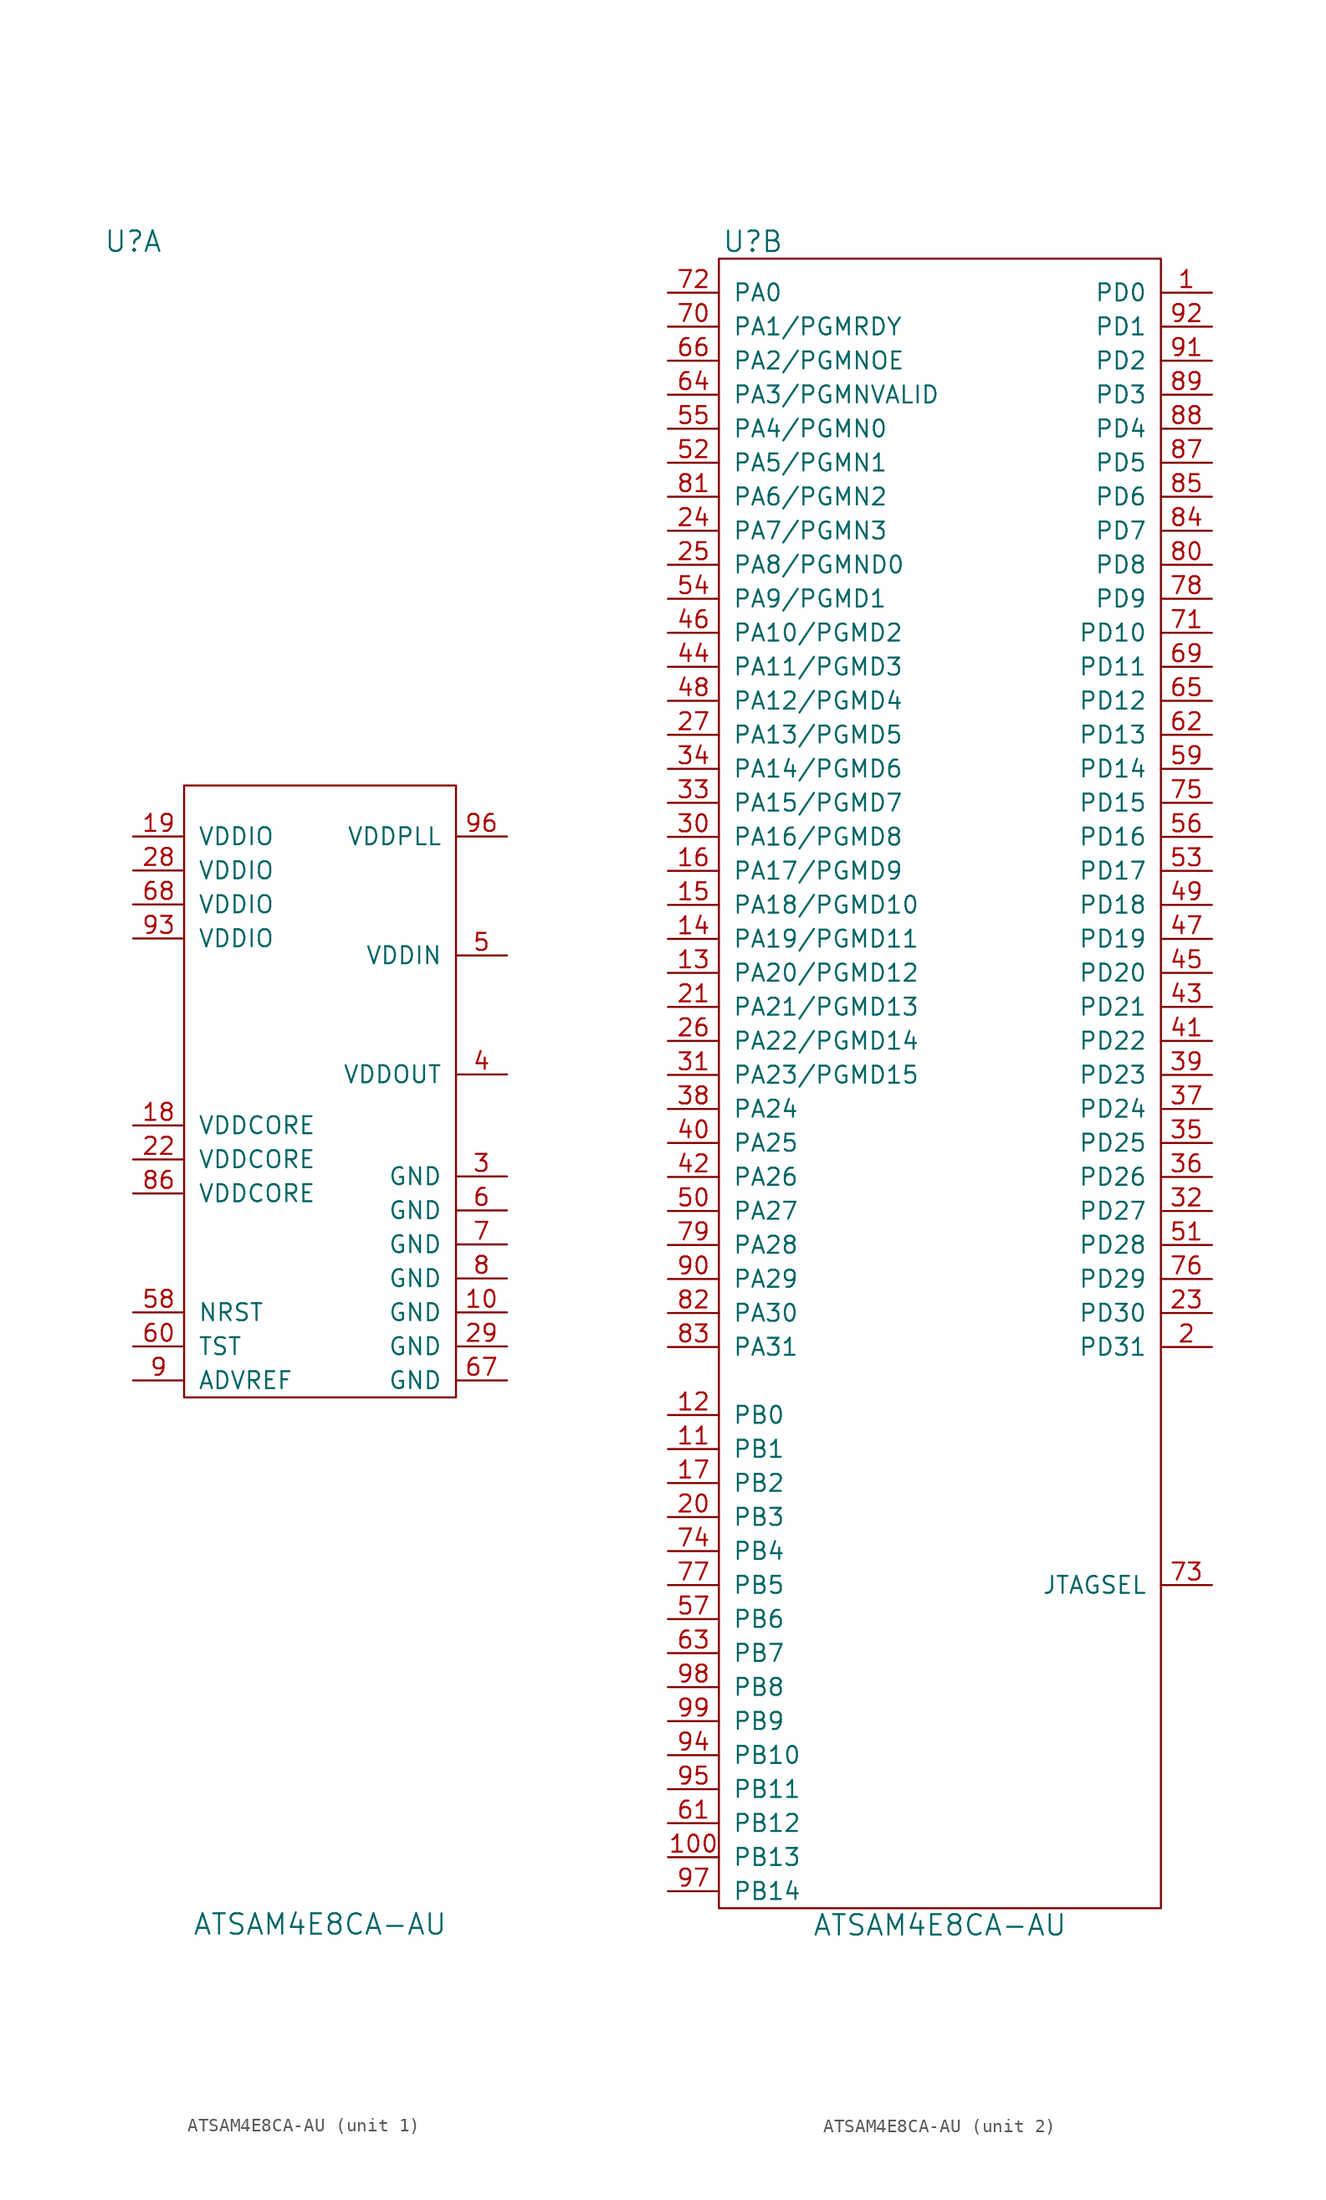
<source format=kicad_sym>
(kicad_symbol_lib
  (version 20210619)
  (generator kicad_symbol_editor)
  (symbol "tinkerforge:ATSAM4E8CA-AU"
    (pin_names
      (offset 1.016))
    (property "Reference" "U"
      (at -13.97 63.5 0)
      (effects (font (size 1.524 1.524))))
    (property "Value" "ATSAM4E8CA-AU"
      (at 0 -62.23 0)
      (effects (font (size 1.524 1.524))))
    (property "Footprint" ""
      (at -16.51 17.78 0)
      (effects (font (size 1.524 1.524))))
    (property "Datasheet" ""
      (at -16.51 17.78 0)
      (effects (font (size 1.524 1.524))))
    (symbol "ATSAM4E8CA-AU_1_1"
      (rectangle (start -10.16 22.86) (end 10.16 -22.86) (stroke (width 0)) (fill (type none)))
      (pin passive line (at 13.97 -16.51 180) (length 3.81) (name "GND" (effects (font (size 1.27 1.27)))) (number "10" (effects (font (size 1.27 1.27)))))
      (pin passive line (at -13.97 -2.54 0) (length 3.81) (name "VDDCORE" (effects (font (size 1.27 1.27)))) (number "18" (effects (font (size 1.27 1.27)))))
      (pin passive line (at -13.97 19.05 0) (length 3.81) (name "VDDIO" (effects (font (size 1.27 1.27)))) (number "19" (effects (font (size 1.27 1.27)))))
      (pin passive line (at -13.97 -5.08 0) (length 3.81) (name "VDDCORE" (effects (font (size 1.27 1.27)))) (number "22" (effects (font (size 1.27 1.27)))))
      (pin passive line (at -13.97 16.51 0) (length 3.81) (name "VDDIO" (effects (font (size 1.27 1.27)))) (number "28" (effects (font (size 1.27 1.27)))))
      (pin passive line (at 13.97 -19.05 180) (length 3.81) (name "GND" (effects (font (size 1.27 1.27)))) (number "29" (effects (font (size 1.27 1.27)))))
      (pin passive line (at 13.97 -6.35 180) (length 3.81) (name "GND" (effects (font (size 1.27 1.27)))) (number "3" (effects (font (size 1.27 1.27)))))
      (pin passive line (at 13.97 1.27 180) (length 3.81) (name "VDDOUT" (effects (font (size 1.27 1.27)))) (number "4" (effects (font (size 1.27 1.27)))))
      (pin passive line (at 13.97 10.16 180) (length 3.81) (name "VDDIN" (effects (font (size 1.27 1.27)))) (number "5" (effects (font (size 1.27 1.27)))))
      (pin passive line (at -13.97 -16.51 0) (length 3.81) (name "NRST" (effects (font (size 1.27 1.27)))) (number "58" (effects (font (size 1.27 1.27)))))
      (pin passive line (at 13.97 -8.89 180) (length 3.81) (name "GND" (effects (font (size 1.27 1.27)))) (number "6" (effects (font (size 1.27 1.27)))))
      (pin passive line (at -13.97 -19.05 0) (length 3.81) (name "TST" (effects (font (size 1.27 1.27)))) (number "60" (effects (font (size 1.27 1.27)))))
      (pin passive line (at 13.97 -21.59 180) (length 3.81) (name "GND" (effects (font (size 1.27 1.27)))) (number "67" (effects (font (size 1.27 1.27)))))
      (pin passive line (at -13.97 13.97 0) (length 3.81) (name "VDDIO" (effects (font (size 1.27 1.27)))) (number "68" (effects (font (size 1.27 1.27)))))
      (pin passive line (at 13.97 -11.43 180) (length 3.81) (name "GND" (effects (font (size 1.27 1.27)))) (number "7" (effects (font (size 1.27 1.27)))))
      (pin passive line (at 13.97 -13.97 180) (length 3.81) (name "GND" (effects (font (size 1.27 1.27)))) (number "8" (effects (font (size 1.27 1.27)))))
      (pin passive line (at -13.97 -7.62 0) (length 3.81) (name "VDDCORE" (effects (font (size 1.27 1.27)))) (number "86" (effects (font (size 1.27 1.27)))))
      (pin passive line (at -13.97 -21.59 0) (length 3.81) (name "ADVREF" (effects (font (size 1.27 1.27)))) (number "9" (effects (font (size 1.27 1.27)))))
      (pin passive line (at -13.97 11.43 0) (length 3.81) (name "VDDIO" (effects (font (size 1.27 1.27)))) (number "93" (effects (font (size 1.27 1.27)))))
      (pin passive line (at 13.97 19.05 180) (length 3.81) (name "VDDPLL" (effects (font (size 1.27 1.27)))) (number "96" (effects (font (size 1.27 1.27))))))
    (symbol "ATSAM4E8CA-AU_2_1"
      (rectangle (start -16.51 62.23) (end 16.51 -60.96) (stroke (width 0)) (fill (type none)))
      (pin passive line (at 20.32 59.69 180) (length 3.81) (name "PD0" (effects (font (size 1.27 1.27)))) (number "1" (effects (font (size 1.27 1.27)))))
      (pin passive line (at -20.32 -57.15 0) (length 3.81) (name "PB13" (effects (font (size 1.27 1.27)))) (number "100" (effects (font (size 1.27 1.27)))))
      (pin passive line (at -20.32 -26.67 0) (length 3.81) (name "PB1" (effects (font (size 1.27 1.27)))) (number "11" (effects (font (size 1.27 1.27)))))
      (pin passive line (at -20.32 -24.13 0) (length 3.81) (name "PB0" (effects (font (size 1.27 1.27)))) (number "12" (effects (font (size 1.27 1.27)))))
      (pin passive line (at -20.32 8.89 0) (length 3.81) (name "PA20/PGMD12" (effects (font (size 1.27 1.27)))) (number "13" (effects (font (size 1.27 1.27)))))
      (pin passive line (at -20.32 11.43 0) (length 3.81) (name "PA19/PGMD11" (effects (font (size 1.27 1.27)))) (number "14" (effects (font (size 1.27 1.27)))))
      (pin passive line (at -20.32 13.97 0) (length 3.81) (name "PA18/PGMD10" (effects (font (size 1.27 1.27)))) (number "15" (effects (font (size 1.27 1.27)))))
      (pin passive line (at -20.32 16.51 0) (length 3.81) (name "PA17/PGMD9" (effects (font (size 1.27 1.27)))) (number "16" (effects (font (size 1.27 1.27)))))
      (pin passive line (at -20.32 -29.21 0) (length 3.81) (name "PB2" (effects (font (size 1.27 1.27)))) (number "17" (effects (font (size 1.27 1.27)))))
      (pin passive line (at 20.32 -19.05 180) (length 3.81) (name "PD31" (effects (font (size 1.27 1.27)))) (number "2" (effects (font (size 1.27 1.27)))))
      (pin passive line (at -20.32 -31.75 0) (length 3.81) (name "PB3" (effects (font (size 1.27 1.27)))) (number "20" (effects (font (size 1.27 1.27)))))
      (pin passive line (at -20.32 6.35 0) (length 3.81) (name "PA21/PGMD13" (effects (font (size 1.27 1.27)))) (number "21" (effects (font (size 1.27 1.27)))))
      (pin passive line (at 20.32 -16.51 180) (length 3.81) (name "PD30" (effects (font (size 1.27 1.27)))) (number "23" (effects (font (size 1.27 1.27)))))
      (pin passive line (at -20.32 41.91 0) (length 3.81) (name "PA7/PGMN3" (effects (font (size 1.27 1.27)))) (number "24" (effects (font (size 1.27 1.27)))))
      (pin passive line (at -20.32 39.37 0) (length 3.81) (name "PA8/PGMND0" (effects (font (size 1.27 1.27)))) (number "25" (effects (font (size 1.27 1.27)))))
      (pin passive line (at -20.32 3.81 0) (length 3.81) (name "PA22/PGMD14" (effects (font (size 1.27 1.27)))) (number "26" (effects (font (size 1.27 1.27)))))
      (pin passive line (at -20.32 26.67 0) (length 3.81) (name "PA13/PGMD5" (effects (font (size 1.27 1.27)))) (number "27" (effects (font (size 1.27 1.27)))))
      (pin passive line (at -20.32 19.05 0) (length 3.81) (name "PA16/PGMD8" (effects (font (size 1.27 1.27)))) (number "30" (effects (font (size 1.27 1.27)))))
      (pin passive line (at -20.32 1.27 0) (length 3.81) (name "PA23/PGMD15" (effects (font (size 1.27 1.27)))) (number "31" (effects (font (size 1.27 1.27)))))
      (pin passive line (at 20.32 -8.89 180) (length 3.81) (name "PD27" (effects (font (size 1.27 1.27)))) (number "32" (effects (font (size 1.27 1.27)))))
      (pin passive line (at -20.32 21.59 0) (length 3.81) (name "PA15/PGMD7" (effects (font (size 1.27 1.27)))) (number "33" (effects (font (size 1.27 1.27)))))
      (pin passive line (at -20.32 24.13 0) (length 3.81) (name "PA14/PGMD6" (effects (font (size 1.27 1.27)))) (number "34" (effects (font (size 1.27 1.27)))))
      (pin passive line (at 20.32 -3.81 180) (length 3.81) (name "PD25" (effects (font (size 1.27 1.27)))) (number "35" (effects (font (size 1.27 1.27)))))
      (pin passive line (at 20.32 -6.35 180) (length 3.81) (name "PD26" (effects (font (size 1.27 1.27)))) (number "36" (effects (font (size 1.27 1.27)))))
      (pin passive line (at 20.32 -1.27 180) (length 3.81) (name "PD24" (effects (font (size 1.27 1.27)))) (number "37" (effects (font (size 1.27 1.27)))))
      (pin passive line (at -20.32 -1.27 0) (length 3.81) (name "PA24" (effects (font (size 1.27 1.27)))) (number "38" (effects (font (size 1.27 1.27)))))
      (pin passive line (at 20.32 1.27 180) (length 3.81) (name "PD23" (effects (font (size 1.27 1.27)))) (number "39" (effects (font (size 1.27 1.27)))))
      (pin passive line (at -20.32 -3.81 0) (length 3.81) (name "PA25" (effects (font (size 1.27 1.27)))) (number "40" (effects (font (size 1.27 1.27)))))
      (pin passive line (at 20.32 3.81 180) (length 3.81) (name "PD22" (effects (font (size 1.27 1.27)))) (number "41" (effects (font (size 1.27 1.27)))))
      (pin passive line (at -20.32 -6.35 0) (length 3.81) (name "PA26" (effects (font (size 1.27 1.27)))) (number "42" (effects (font (size 1.27 1.27)))))
      (pin passive line (at 20.32 6.35 180) (length 3.81) (name "PD21" (effects (font (size 1.27 1.27)))) (number "43" (effects (font (size 1.27 1.27)))))
      (pin passive line (at -20.32 31.75 0) (length 3.81) (name "PA11/PGMD3" (effects (font (size 1.27 1.27)))) (number "44" (effects (font (size 1.27 1.27)))))
      (pin passive line (at 20.32 8.89 180) (length 3.81) (name "PD20" (effects (font (size 1.27 1.27)))) (number "45" (effects (font (size 1.27 1.27)))))
      (pin passive line (at -20.32 34.29 0) (length 3.81) (name "PA10/PGMD2" (effects (font (size 1.27 1.27)))) (number "46" (effects (font (size 1.27 1.27)))))
      (pin passive line (at 20.32 11.43 180) (length 3.81) (name "PD19" (effects (font (size 1.27 1.27)))) (number "47" (effects (font (size 1.27 1.27)))))
      (pin passive line (at -20.32 29.21 0) (length 3.81) (name "PA12/PGMD4" (effects (font (size 1.27 1.27)))) (number "48" (effects (font (size 1.27 1.27)))))
      (pin passive line (at 20.32 13.97 180) (length 3.81) (name "PD18" (effects (font (size 1.27 1.27)))) (number "49" (effects (font (size 1.27 1.27)))))
      (pin passive line (at -20.32 -8.89 0) (length 3.81) (name "PA27" (effects (font (size 1.27 1.27)))) (number "50" (effects (font (size 1.27 1.27)))))
      (pin passive line (at 20.32 -11.43 180) (length 3.81) (name "PD28" (effects (font (size 1.27 1.27)))) (number "51" (effects (font (size 1.27 1.27)))))
      (pin passive line (at -20.32 46.99 0) (length 3.81) (name "PA5/PGMN1" (effects (font (size 1.27 1.27)))) (number "52" (effects (font (size 1.27 1.27)))))
      (pin passive line (at 20.32 16.51 180) (length 3.81) (name "PD17" (effects (font (size 1.27 1.27)))) (number "53" (effects (font (size 1.27 1.27)))))
      (pin passive line (at -20.32 36.83 0) (length 3.81) (name "PA9/PGMD1" (effects (font (size 1.27 1.27)))) (number "54" (effects (font (size 1.27 1.27)))))
      (pin passive line (at -20.32 49.53 0) (length 3.81) (name "PA4/PGMN0" (effects (font (size 1.27 1.27)))) (number "55" (effects (font (size 1.27 1.27)))))
      (pin passive line (at 20.32 19.05 180) (length 3.81) (name "PD16" (effects (font (size 1.27 1.27)))) (number "56" (effects (font (size 1.27 1.27)))))
      (pin passive line (at -20.32 -39.37 0) (length 3.81) (name "PB6" (effects (font (size 1.27 1.27)))) (number "57" (effects (font (size 1.27 1.27)))))
      (pin passive line (at 20.32 24.13 180) (length 3.81) (name "PD14" (effects (font (size 1.27 1.27)))) (number "59" (effects (font (size 1.27 1.27)))))
      (pin passive line (at -20.32 -54.61 0) (length 3.81) (name "PB12" (effects (font (size 1.27 1.27)))) (number "61" (effects (font (size 1.27 1.27)))))
      (pin passive line (at 20.32 26.67 180) (length 3.81) (name "PD13" (effects (font (size 1.27 1.27)))) (number "62" (effects (font (size 1.27 1.27)))))
      (pin passive line (at -20.32 -41.91 0) (length 3.81) (name "PB7" (effects (font (size 1.27 1.27)))) (number "63" (effects (font (size 1.27 1.27)))))
      (pin passive line (at -20.32 52.07 0) (length 3.81) (name "PA3/PGMNVALID" (effects (font (size 1.27 1.27)))) (number "64" (effects (font (size 1.27 1.27)))))
      (pin passive line (at 20.32 29.21 180) (length 3.81) (name "PD12" (effects (font (size 1.27 1.27)))) (number "65" (effects (font (size 1.27 1.27)))))
      (pin passive line (at -20.32 54.61 0) (length 3.81) (name "PA2/PGMNOE" (effects (font (size 1.27 1.27)))) (number "66" (effects (font (size 1.27 1.27)))))
      (pin passive line (at 20.32 31.75 180) (length 3.81) (name "PD11" (effects (font (size 1.27 1.27)))) (number "69" (effects (font (size 1.27 1.27)))))
      (pin passive line (at -20.32 57.15 0) (length 3.81) (name "PA1/PGMRDY" (effects (font (size 1.27 1.27)))) (number "70" (effects (font (size 1.27 1.27)))))
      (pin passive line (at 20.32 34.29 180) (length 3.81) (name "PD10" (effects (font (size 1.27 1.27)))) (number "71" (effects (font (size 1.27 1.27)))))
      (pin passive line (at -20.32 59.69 0) (length 3.81) (name "PA0" (effects (font (size 1.27 1.27)))) (number "72" (effects (font (size 1.27 1.27)))))
      (pin passive line (at 20.32 -36.83 180) (length 3.81) (name "JTAGSEL" (effects (font (size 1.27 1.27)))) (number "73" (effects (font (size 1.27 1.27)))))
      (pin passive line (at -20.32 -34.29 0) (length 3.81) (name "PB4" (effects (font (size 1.27 1.27)))) (number "74" (effects (font (size 1.27 1.27)))))
      (pin passive line (at 20.32 21.59 180) (length 3.81) (name "PD15" (effects (font (size 1.27 1.27)))) (number "75" (effects (font (size 1.27 1.27)))))
      (pin passive line (at 20.32 -13.97 180) (length 3.81) (name "PD29" (effects (font (size 1.27 1.27)))) (number "76" (effects (font (size 1.27 1.27)))))
      (pin passive line (at -20.32 -36.83 0) (length 3.81) (name "PB5" (effects (font (size 1.27 1.27)))) (number "77" (effects (font (size 1.27 1.27)))))
      (pin passive line (at 20.32 36.83 180) (length 3.81) (name "PD9" (effects (font (size 1.27 1.27)))) (number "78" (effects (font (size 1.27 1.27)))))
      (pin passive line (at -20.32 -11.43 0) (length 3.81) (name "PA28" (effects (font (size 1.27 1.27)))) (number "79" (effects (font (size 1.27 1.27)))))
      (pin passive line (at 20.32 39.37 180) (length 3.81) (name "PD8" (effects (font (size 1.27 1.27)))) (number "80" (effects (font (size 1.27 1.27)))))
      (pin passive line (at -20.32 44.45 0) (length 3.81) (name "PA6/PGMN2" (effects (font (size 1.27 1.27)))) (number "81" (effects (font (size 1.27 1.27)))))
      (pin passive line (at -20.32 -16.51 0) (length 3.81) (name "PA30" (effects (font (size 1.27 1.27)))) (number "82" (effects (font (size 1.27 1.27)))))
      (pin passive line (at -20.32 -19.05 0) (length 3.81) (name "PA31" (effects (font (size 1.27 1.27)))) (number "83" (effects (font (size 1.27 1.27)))))
      (pin passive line (at 20.32 41.91 180) (length 3.81) (name "PD7" (effects (font (size 1.27 1.27)))) (number "84" (effects (font (size 1.27 1.27)))))
      (pin passive line (at 20.32 44.45 180) (length 3.81) (name "PD6" (effects (font (size 1.27 1.27)))) (number "85" (effects (font (size 1.27 1.27)))))
      (pin passive line (at 20.32 46.99 180) (length 3.81) (name "PD5" (effects (font (size 1.27 1.27)))) (number "87" (effects (font (size 1.27 1.27)))))
      (pin passive line (at 20.32 49.53 180) (length 3.81) (name "PD4" (effects (font (size 1.27 1.27)))) (number "88" (effects (font (size 1.27 1.27)))))
      (pin passive line (at 20.32 52.07 180) (length 3.81) (name "PD3" (effects (font (size 1.27 1.27)))) (number "89" (effects (font (size 1.27 1.27)))))
      (pin passive line (at -20.32 -13.97 0) (length 3.81) (name "PA29" (effects (font (size 1.27 1.27)))) (number "90" (effects (font (size 1.27 1.27)))))
      (pin passive line (at 20.32 54.61 180) (length 3.81) (name "PD2" (effects (font (size 1.27 1.27)))) (number "91" (effects (font (size 1.27 1.27)))))
      (pin passive line (at 20.32 57.15 180) (length 3.81) (name "PD1" (effects (font (size 1.27 1.27)))) (number "92" (effects (font (size 1.27 1.27)))))
      (pin passive line (at -20.32 -49.53 0) (length 3.81) (name "PB10" (effects (font (size 1.27 1.27)))) (number "94" (effects (font (size 1.27 1.27)))))
      (pin passive line (at -20.32 -52.07 0) (length 3.81) (name "PB11" (effects (font (size 1.27 1.27)))) (number "95" (effects (font (size 1.27 1.27)))))
      (pin passive line (at -20.32 -59.69 0) (length 3.81) (name "PB14" (effects (font (size 1.27 1.27)))) (number "97" (effects (font (size 1.27 1.27)))))
      (pin passive line (at -20.32 -44.45 0) (length 3.81) (name "PB8" (effects (font (size 1.27 1.27)))) (number "98" (effects (font (size 1.27 1.27)))))
      (pin passive line (at -20.32 -46.99 0) (length 3.81) (name "PB9" (effects (font (size 1.27 1.27)))) (number "99" (effects (font (size 1.27 1.27))))))))
</source>
